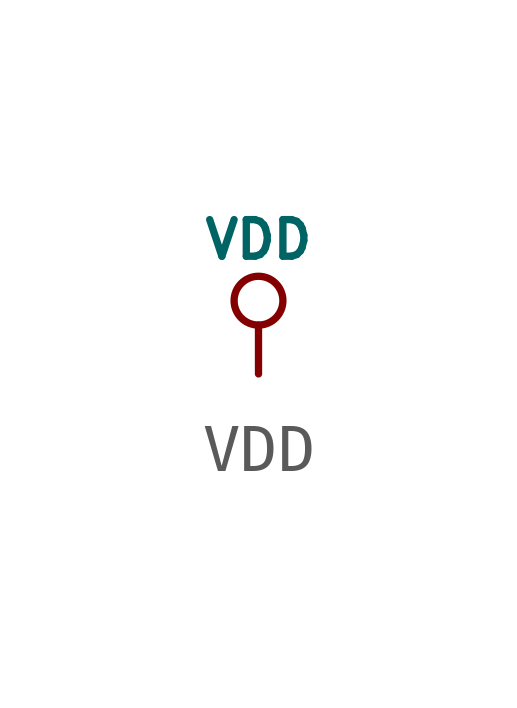
<source format=kicad_sym>
(kicad_symbol_lib
  (version 20211014)
  (generator kicad_symbol_editor)
  (symbol "VDD"
    (power)
    (pin_names
      (offset 0))
    (property "Reference" "#PWR"
      (at 0 2.54 0)
      (effects (font (size 0.762 0.762)) hide))
    (property "Value" "VDD"
      (at 0 2.794 0)
      (effects (font (size 0.762 0.762))))
    (symbol "VDD_0_0"
      (pin power_in line (at 0 0 90) (length 0) hide (name "VDD" (effects (font (size 1.016 1.016)))) (number "1" (effects (font (size 1.016 1.016))))))
    (symbol "VDD_0_1"
      (polyline (pts (xy 0 0) (xy 0 1.016) (xy 0 1.016)) (stroke (width 0) (type default) (color 0 0 0 0)) (fill (type none)))
      (circle (center 0 1.524) (radius 0.508) (stroke (width 0) (type default) (color 0 0 0 0)) (fill (type none))))))
</source>
